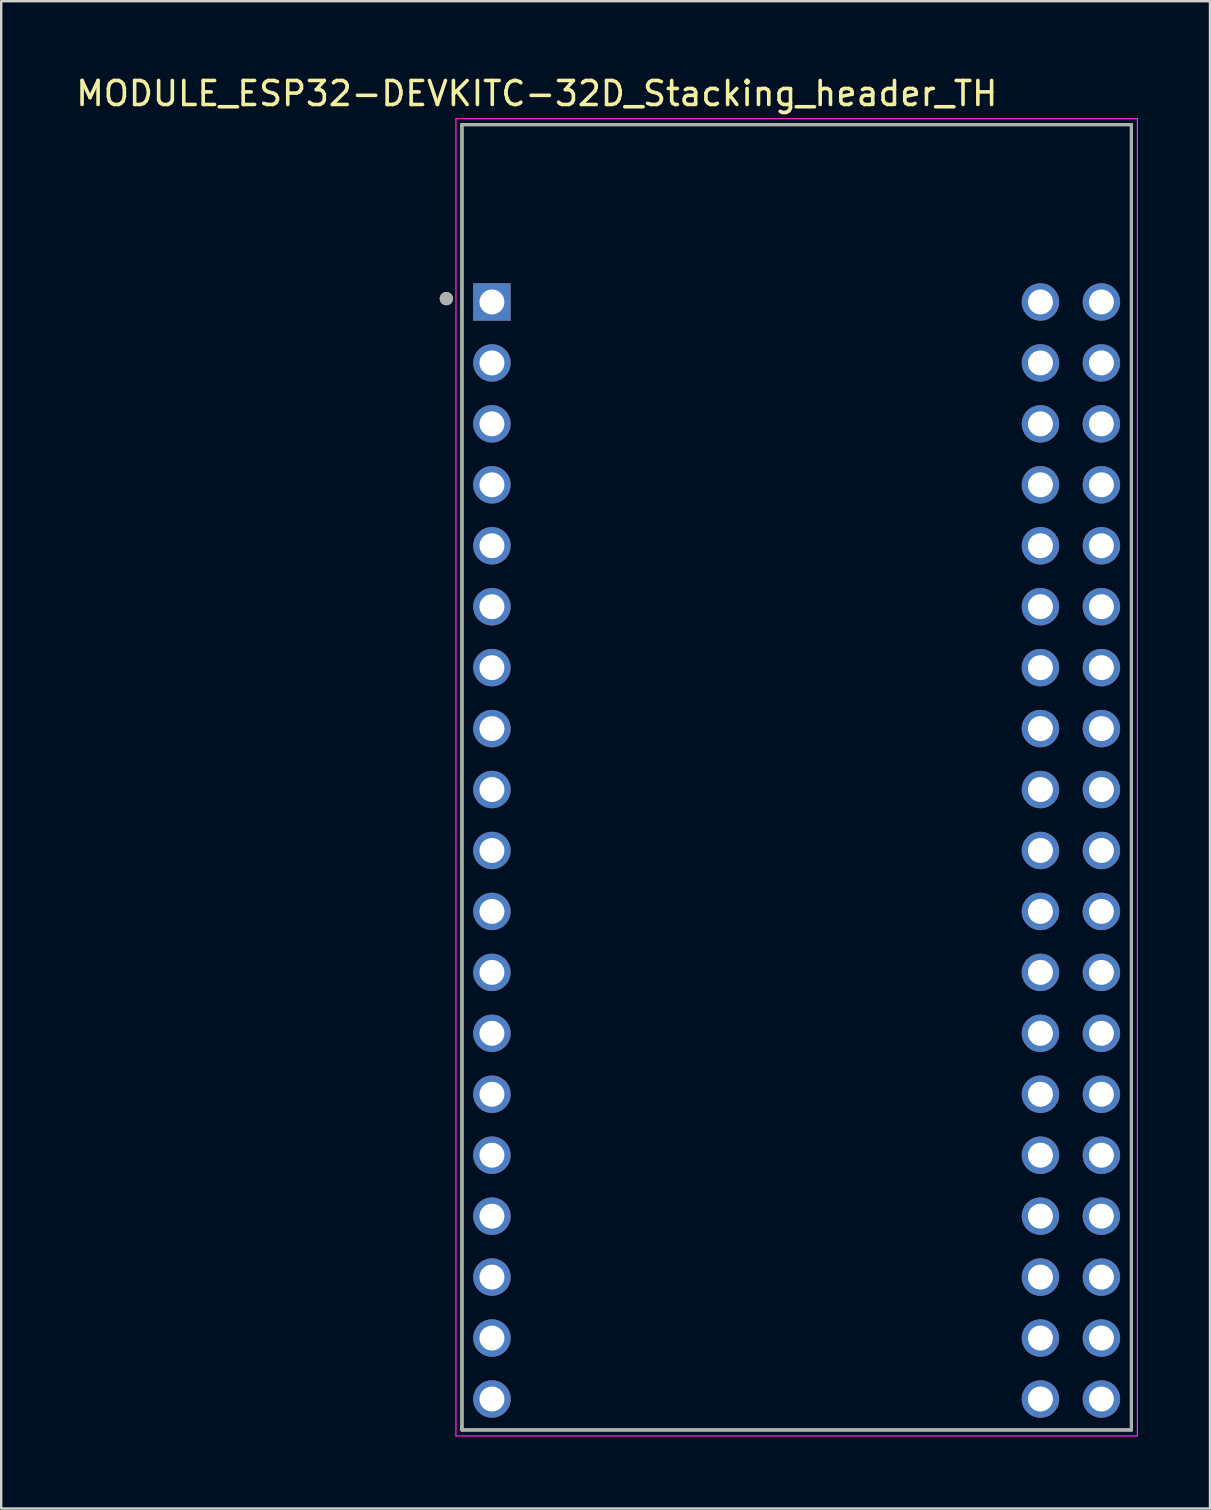
<source format=kicad_pcb>
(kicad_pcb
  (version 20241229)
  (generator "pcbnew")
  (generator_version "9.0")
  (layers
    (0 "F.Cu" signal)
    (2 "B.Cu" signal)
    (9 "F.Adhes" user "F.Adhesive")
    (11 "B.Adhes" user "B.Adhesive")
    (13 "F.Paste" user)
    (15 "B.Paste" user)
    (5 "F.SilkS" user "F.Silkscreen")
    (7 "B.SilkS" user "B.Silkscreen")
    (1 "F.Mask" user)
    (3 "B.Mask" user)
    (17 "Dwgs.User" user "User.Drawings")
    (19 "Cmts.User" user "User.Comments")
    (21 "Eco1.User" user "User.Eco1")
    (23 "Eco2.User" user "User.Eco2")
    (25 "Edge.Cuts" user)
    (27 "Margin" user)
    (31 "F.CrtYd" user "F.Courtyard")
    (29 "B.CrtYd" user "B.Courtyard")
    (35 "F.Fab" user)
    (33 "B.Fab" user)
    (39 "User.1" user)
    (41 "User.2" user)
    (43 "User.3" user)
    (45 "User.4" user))
  (footprint "MODULE_ESP32-DEVKITC-32D_Stacking_header_TH"
    (layer "F.Cu")
    (at 30.152 29.295)
    (property "Reference" "MODULE_ESP32-DEVKITC-32D_Stacking_header_TH" (at -10.829 -28.446 0) (layer "F.SilkS") (effects (font (size 1 1) (thickness 0.15))))
    (attr through_hole)
    (fp_line (start -13.95 -27.15) (end 13.95 -27.15) (stroke (width 0.127) (type solid)) (layer "F.SilkS"))
    (fp_line (start -13.95 27.25) (end -13.95 -27.15) (stroke (width 0.127) (type solid)) (layer "F.SilkS"))
    (fp_line (start 13.95 -27.15) (end 13.95 27.25) (stroke (width 0.127) (type solid)) (layer "F.SilkS"))
    (fp_line (start 13.95 27.25) (end -13.95 27.25) (stroke (width 0.127) (type solid)) (layer "F.SilkS"))
    (fp_line (start -14.2 -27.4) (end 14.2 -27.4) (stroke (width 0.05) (type solid)) (layer "F.CrtYd"))
    (fp_line (start -14.2 27.5) (end -14.2 -27.4) (stroke (width 0.05) (type solid)) (layer "F.CrtYd"))
    (fp_line (start 14.2 -27.4) (end 14.2 27.5) (stroke (width 0.05) (type solid)) (layer "F.CrtYd"))
    (fp_line (start 14.2 27.5) (end -14.2 27.5) (stroke (width 0.05) (type solid)) (layer "F.CrtYd"))
    (fp_line (start -13.95 -27.15) (end 13.95 -27.15) (stroke (width 0.127) (type solid)) (layer "F.Fab"))
    (fp_line (start -13.95 27.25) (end -13.95 -27.15) (stroke (width 0.127) (type solid)) (layer "F.Fab"))
    (fp_line (start 13.95 -27.15) (end 13.95 27.25) (stroke (width 0.127) (type solid)) (layer "F.Fab"))
    (fp_line (start 13.95 27.25) (end -13.95 27.25) (stroke (width 0.127) (type solid)) (layer "F.Fab"))
    (fp_circle (center -14.6 -19.9) (end -14.46 -19.9) (stroke (width 0.28) (type solid)) (fill no) (layer "F.Fab"))
    (fp_circle (center -14.6 -19.9) (end -14.46 -19.9) (stroke (width 0.28) (type solid)) (fill no) (layer "F.Fab"))
    (pad "1" thru_hole rect (at -12.7 -19.76) (size 1.56 1.56) (drill 1.04) (layers "*.Cu" "*.Mask"))
    (pad "2" thru_hole circle (at -12.7 -17.22) (size 1.56 1.56) (drill 1.04) (layers "*.Cu" "*.Mask"))
    (pad "3" thru_hole circle (at -12.7 -14.68) (size 1.56 1.56) (drill 1.04) (layers "*.Cu" "*.Mask"))
    (pad "4" thru_hole circle (at -12.7 -12.14) (size 1.56 1.56) (drill 1.04) (layers "*.Cu" "*.Mask"))
    (pad "5" thru_hole circle (at -12.7 -9.6) (size 1.56 1.56) (drill 1.04) (layers "*.Cu" "*.Mask"))
    (pad "6" thru_hole circle (at -12.7 -7.06) (size 1.56 1.56) (drill 1.04) (layers "*.Cu" "*.Mask"))
    (pad "7" thru_hole circle (at -12.7 -4.52) (size 1.56 1.56) (drill 1.04) (layers "*.Cu" "*.Mask"))
    (pad "8" thru_hole circle (at -12.7 -1.98) (size 1.56 1.56) (drill 1.04) (layers "*.Cu" "*.Mask"))
    (pad "9" thru_hole circle (at -12.7 0.56) (size 1.56 1.56) (drill 1.04) (layers "*.Cu" "*.Mask"))
    (pad "10" thru_hole circle (at -12.7 3.1) (size 1.56 1.56) (drill 1.04) (layers "*.Cu" "*.Mask"))
    (pad "11" thru_hole circle (at -12.7 5.64) (size 1.56 1.56) (drill 1.04) (layers "*.Cu" "*.Mask"))
    (pad "12" thru_hole circle (at -12.7 8.18) (size 1.56 1.56) (drill 1.04) (layers "*.Cu" "*.Mask"))
    (pad "13" thru_hole circle (at -12.7 10.72) (size 1.56 1.56) (drill 1.04) (layers "*.Cu" "*.Mask"))
    (pad "14" thru_hole circle (at -12.7 13.26) (size 1.56 1.56) (drill 1.04) (layers "*.Cu" "*.Mask"))
    (pad "15" thru_hole circle (at -12.7 15.8) (size 1.56 1.56) (drill 1.04) (layers "*.Cu" "*.Mask"))
    (pad "16" thru_hole circle (at -12.7 18.34) (size 1.56 1.56) (drill 1.04) (layers "*.Cu" "*.Mask"))
    (pad "17" thru_hole circle (at -12.7 20.88) (size 1.56 1.56) (drill 1.04) (layers "*.Cu" "*.Mask"))
    (pad "18" thru_hole circle (at -12.7 23.42) (size 1.56 1.56) (drill 1.04) (layers "*.Cu" "*.Mask"))
    (pad "19" thru_hole circle (at -12.7 25.96) (size 1.56 1.56) (drill 1.04) (layers "*.Cu" "*.Mask"))
    (pad "20" thru_hole circle (at 10.16 -19.76) (size 1.56 1.56) (drill 1.04) (layers "*.Cu" "*.Mask"))
    (pad "20" thru_hole circle (at 12.7 -19.76) (size 1.56 1.56) (drill 1.04) (layers "*.Cu" "*.Mask"))
    (pad "21" thru_hole circle (at 10.16 -17.22) (size 1.56 1.56) (drill 1.04) (layers "*.Cu" "*.Mask"))
    (pad "21" thru_hole circle (at 12.7 -17.22) (size 1.56 1.56) (drill 1.04) (layers "*.Cu" "*.Mask"))
    (pad "22" thru_hole circle (at 10.16 -14.68) (size 1.56 1.56) (drill 1.04) (layers "*.Cu" "*.Mask"))
    (pad "22" thru_hole circle (at 12.7 -14.68) (size 1.56 1.56) (drill 1.04) (layers "*.Cu" "*.Mask"))
    (pad "23" thru_hole circle (at 10.16 -12.14) (size 1.56 1.56) (drill 1.04) (layers "*.Cu" "*.Mask"))
    (pad "23" thru_hole circle (at 12.7 -12.14) (size 1.56 1.56) (drill 1.04) (layers "*.Cu" "*.Mask"))
    (pad "24" thru_hole circle (at 10.16 -9.6) (size 1.56 1.56) (drill 1.04) (layers "*.Cu" "*.Mask"))
    (pad "24" thru_hole circle (at 12.7 -9.6) (size 1.56 1.56) (drill 1.04) (layers "*.Cu" "*.Mask"))
    (pad "25" thru_hole circle (at 10.16 -7.06) (size 1.56 1.56) (drill 1.04) (layers "*.Cu" "*.Mask"))
    (pad "25" thru_hole circle (at 12.7 -7.06) (size 1.56 1.56) (drill 1.04) (layers "*.Cu" "*.Mask"))
    (pad "26" thru_hole circle (at 10.16 -4.52) (size 1.56 1.56) (drill 1.04) (layers "*.Cu" "*.Mask"))
    (pad "26" thru_hole circle (at 12.7 -4.52) (size 1.56 1.56) (drill 1.04) (layers "*.Cu" "*.Mask"))
    (pad "27" thru_hole circle (at 10.16 -1.98) (size 1.56 1.56) (drill 1.04) (layers "*.Cu" "*.Mask"))
    (pad "27" thru_hole circle (at 12.7 -1.98) (size 1.56 1.56) (drill 1.04) (layers "*.Cu" "*.Mask"))
    (pad "28" thru_hole circle (at 10.16 0.56) (size 1.56 1.56) (drill 1.04) (layers "*.Cu" "*.Mask"))
    (pad "28" thru_hole circle (at 12.7 0.56) (size 1.56 1.56) (drill 1.04) (layers "*.Cu" "*.Mask"))
    (pad "29" thru_hole circle (at 10.16 3.1) (size 1.56 1.56) (drill 1.04) (layers "*.Cu" "*.Mask"))
    (pad "29" thru_hole circle (at 12.7 3.1) (size 1.56 1.56) (drill 1.04) (layers "*.Cu" "*.Mask"))
    (pad "30" thru_hole circle (at 10.16 5.64) (size 1.56 1.56) (drill 1.04) (layers "*.Cu" "*.Mask"))
    (pad "30" thru_hole circle (at 12.7 5.64) (size 1.56 1.56) (drill 1.04) (layers "*.Cu" "*.Mask"))
    (pad "31" thru_hole circle (at 10.16 8.18) (size 1.56 1.56) (drill 1.04) (layers "*.Cu" "*.Mask"))
    (pad "31" thru_hole circle (at 12.7 8.18) (size 1.56 1.56) (drill 1.04) (layers "*.Cu" "*.Mask"))
    (pad "32" thru_hole circle (at 10.16 10.72) (size 1.56 1.56) (drill 1.04) (layers "*.Cu" "*.Mask"))
    (pad "32" thru_hole circle (at 12.7 10.72) (size 1.56 1.56) (drill 1.04) (layers "*.Cu" "*.Mask"))
    (pad "33" thru_hole circle (at 10.16 13.26) (size 1.56 1.56) (drill 1.04) (layers "*.Cu" "*.Mask"))
    (pad "33" thru_hole circle (at 12.7 13.26) (size 1.56 1.56) (drill 1.04) (layers "*.Cu" "*.Mask"))
    (pad "34" thru_hole circle (at 10.16 15.8) (size 1.56 1.56) (drill 1.04) (layers "*.Cu" "*.Mask"))
    (pad "34" thru_hole circle (at 12.7 15.8) (size 1.56 1.56) (drill 1.04) (layers "*.Cu" "*.Mask"))
    (pad "35" thru_hole circle (at 10.16 18.34) (size 1.56 1.56) (drill 1.04) (layers "*.Cu" "*.Mask"))
    (pad "35" thru_hole circle (at 12.7 18.34) (size 1.56 1.56) (drill 1.04) (layers "*.Cu" "*.Mask"))
    (pad "36" thru_hole circle (at 10.16 20.88) (size 1.56 1.56) (drill 1.04) (layers "*.Cu" "*.Mask"))
    (pad "36" thru_hole circle (at 12.7 20.88) (size 1.56 1.56) (drill 1.04) (layers "*.Cu" "*.Mask"))
    (pad "37" thru_hole circle (at 10.16 23.42) (size 1.56 1.56) (drill 1.04) (layers "*.Cu" "*.Mask"))
    (pad "37" thru_hole circle (at 12.7 23.42) (size 1.56 1.56) (drill 1.04) (layers "*.Cu" "*.Mask"))
    (pad "38" thru_hole circle (at 10.16 25.96) (size 1.56 1.56) (drill 1.04) (layers "*.Cu" "*.Mask"))
    (pad "38" thru_hole circle (at 12.7 25.96) (size 1.56 1.56) (drill 1.04) (layers "*.Cu" "*.Mask")))
  (gr_rect
    (start -3 -3)
    (end 47.377 59.82)
    (stroke (width 0.1) (type default))
    (fill no)
    (layer "Edge.Cuts")))
</source>
